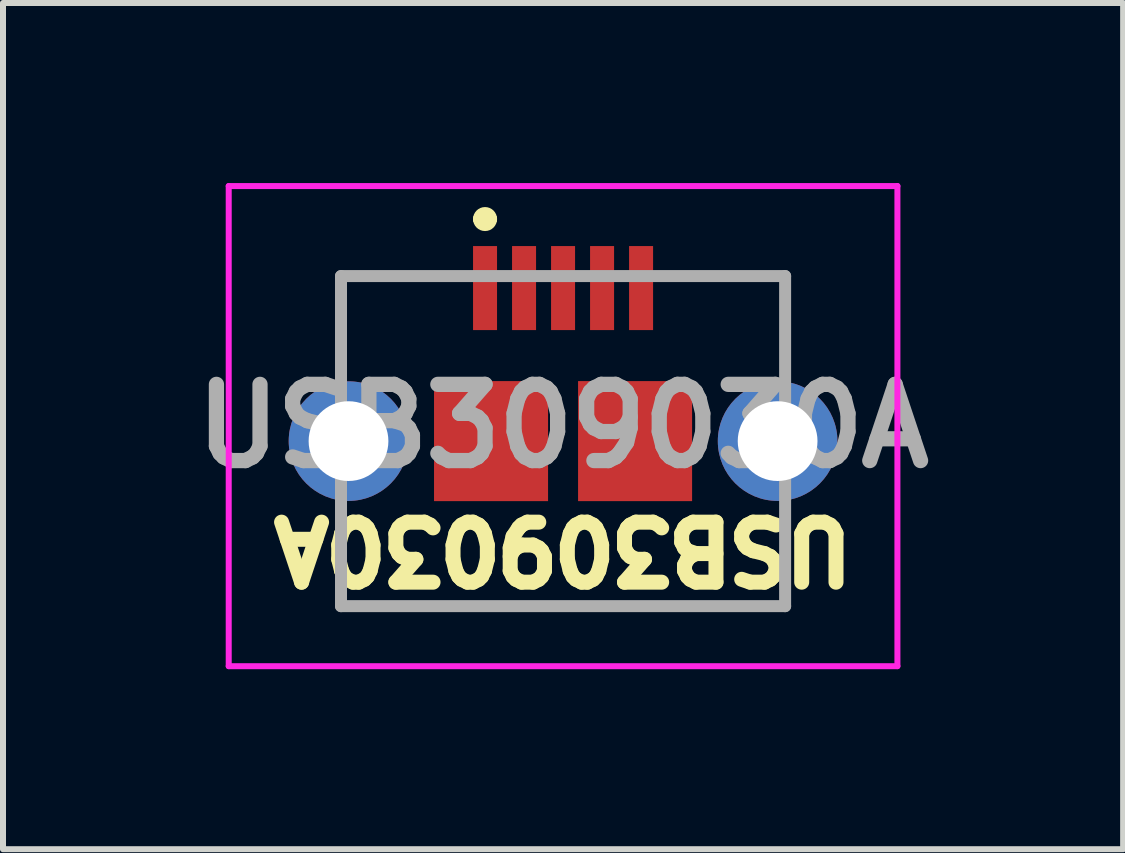
<source format=kicad_pcb>
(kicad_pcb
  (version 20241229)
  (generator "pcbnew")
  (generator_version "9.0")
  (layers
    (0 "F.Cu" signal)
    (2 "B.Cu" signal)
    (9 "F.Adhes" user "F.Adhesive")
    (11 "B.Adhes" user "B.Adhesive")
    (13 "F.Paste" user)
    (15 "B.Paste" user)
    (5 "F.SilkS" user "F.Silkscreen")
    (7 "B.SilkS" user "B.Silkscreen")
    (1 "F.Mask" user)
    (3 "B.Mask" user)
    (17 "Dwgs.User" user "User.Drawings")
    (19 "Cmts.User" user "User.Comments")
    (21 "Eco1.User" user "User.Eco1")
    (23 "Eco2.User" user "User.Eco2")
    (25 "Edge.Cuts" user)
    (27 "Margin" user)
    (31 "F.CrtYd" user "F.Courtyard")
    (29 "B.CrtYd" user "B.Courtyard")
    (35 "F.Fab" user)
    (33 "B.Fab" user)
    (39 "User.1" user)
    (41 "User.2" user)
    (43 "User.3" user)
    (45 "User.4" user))
  (footprint "USB309030A"
    (layer "F.Cu")
    (at 6.332 4.3)
    (property "Reference" "USB309030A" (at 0 1.8 180) (unlocked yes) (layer "F.SilkS") (effects (font (size 1 1) (thickness 0.254))))
    (attr through_hole)
    (fp_line (start -3.7 -2.75) (end -1.95 -2.75) (stroke (width 0.1) (type solid)) (layer "F.SilkS"))
    (fp_line (start -3.7 -1.3) (end -3.7 -2.75) (stroke (width 0.1) (type solid)) (layer "F.SilkS"))
    (fp_line (start -3.7 1.3) (end -3.7 2.75) (stroke (width 0.1) (type solid)) (layer "F.SilkS"))
    (fp_line (start -3.7 2.75) (end 3.7 2.75) (stroke (width 0.1) (type solid)) (layer "F.SilkS"))
    (fp_line (start -1.4 -3.7) (end -1.4 -3.7) (stroke (width 0.2) (type solid)) (layer "F.SilkS"))
    (fp_line (start -1.2 -3.7) (end -1.2 -3.7) (stroke (width 0.2) (type solid)) (layer "F.SilkS"))
    (fp_line (start 1.95 -2.75) (end 3.7 -2.75) (stroke (width 0.1) (type solid)) (layer "F.SilkS"))
    (fp_line (start 3.7 -2.75) (end 3.7 -1.3) (stroke (width 0.1) (type solid)) (layer "F.SilkS"))
    (fp_line (start 3.7 2.75) (end 3.7 1.3) (stroke (width 0.1) (type solid)) (layer "F.SilkS"))
    (fp_arc (start -1.4 -3.7) (mid -1.3 -3.8) (end -1.2 -3.7) (stroke (width 0.2) (type solid)) (layer "F.SilkS"))
    (fp_arc (start -1.2 -3.7) (mid -1.3 -3.6) (end -1.4 -3.7) (stroke (width 0.2) (type solid)) (layer "F.SilkS"))
    (fp_line (start -5.571 -4.25) (end 5.571 -4.25) (stroke (width 0.1) (type solid)) (layer "F.CrtYd"))
    (fp_line (start -5.571 3.75) (end -5.571 -4.25) (stroke (width 0.1) (type solid)) (layer "F.CrtYd"))
    (fp_line (start 5.571 -4.25) (end 5.571 3.75) (stroke (width 0.1) (type solid)) (layer "F.CrtYd"))
    (fp_line (start 5.571 3.75) (end -5.571 3.75) (stroke (width 0.1) (type solid)) (layer "F.CrtYd"))
    (fp_line (start -3.7 -2.75) (end 3.7 -2.75) (stroke (width 0.2) (type solid)) (layer "F.Fab"))
    (fp_line (start -3.7 2.75) (end -3.7 -2.75) (stroke (width 0.2) (type solid)) (layer "F.Fab"))
    (fp_line (start 3.7 -2.75) (end 3.7 2.75) (stroke (width 0.2) (type solid)) (layer "F.Fab"))
    (fp_line (start 3.7 2.75) (end -3.7 2.75) (stroke (width 0.2) (type solid)) (layer "F.Fab"))
    (fp_text user "${REFERENCE}" (at 0 -0.25 0) (layer "F.Fab") (effects (font (size 1.27 1.27) (thickness 0.254))))
    (pad "1" smd rect (at -1.3 -2.55) (size 0.4 1.4) (layers "F.Cu" "F.Mask" "F.Paste"))
    (pad "2" smd rect (at -0.65 -2.55) (size 0.4 1.4) (layers "F.Cu" "F.Mask" "F.Paste"))
    (pad "3" smd rect (at 0 -2.55) (size 0.4 1.4) (layers "F.Cu" "F.Mask" "F.Paste"))
    (pad "4" smd rect (at 0.65 -2.55) (size 0.4 1.4) (layers "F.Cu" "F.Mask" "F.Paste"))
    (pad "5" smd rect (at 1.3 -2.55) (size 0.4 1.4) (layers "F.Cu" "F.Mask" "F.Paste"))
    (pad "6" smd rect (at -1.2 0) (size 1.9 2) (layers "F.Cu" "F.Mask" "F.Paste"))
    (pad "7" smd rect (at 1.2 0) (size 1.9 2) (layers "F.Cu" "F.Mask" "F.Paste"))
    (pad "8" thru_hole circle (at -3.575 0) (size 1.993 1.993) (drill 1.329) (layers "*.Cu" "*.Mask"))
    (pad "9" thru_hole circle (at 3.575 0) (size 1.993 1.993) (drill 1.329) (layers "*.Cu" "*.Mask")))
  (gr_rect
    (start -3 -3)
    (end 15.664 11.1)
    (stroke (width 0.1) (type default))
    (fill no)
    (layer "Edge.Cuts")))
</source>
